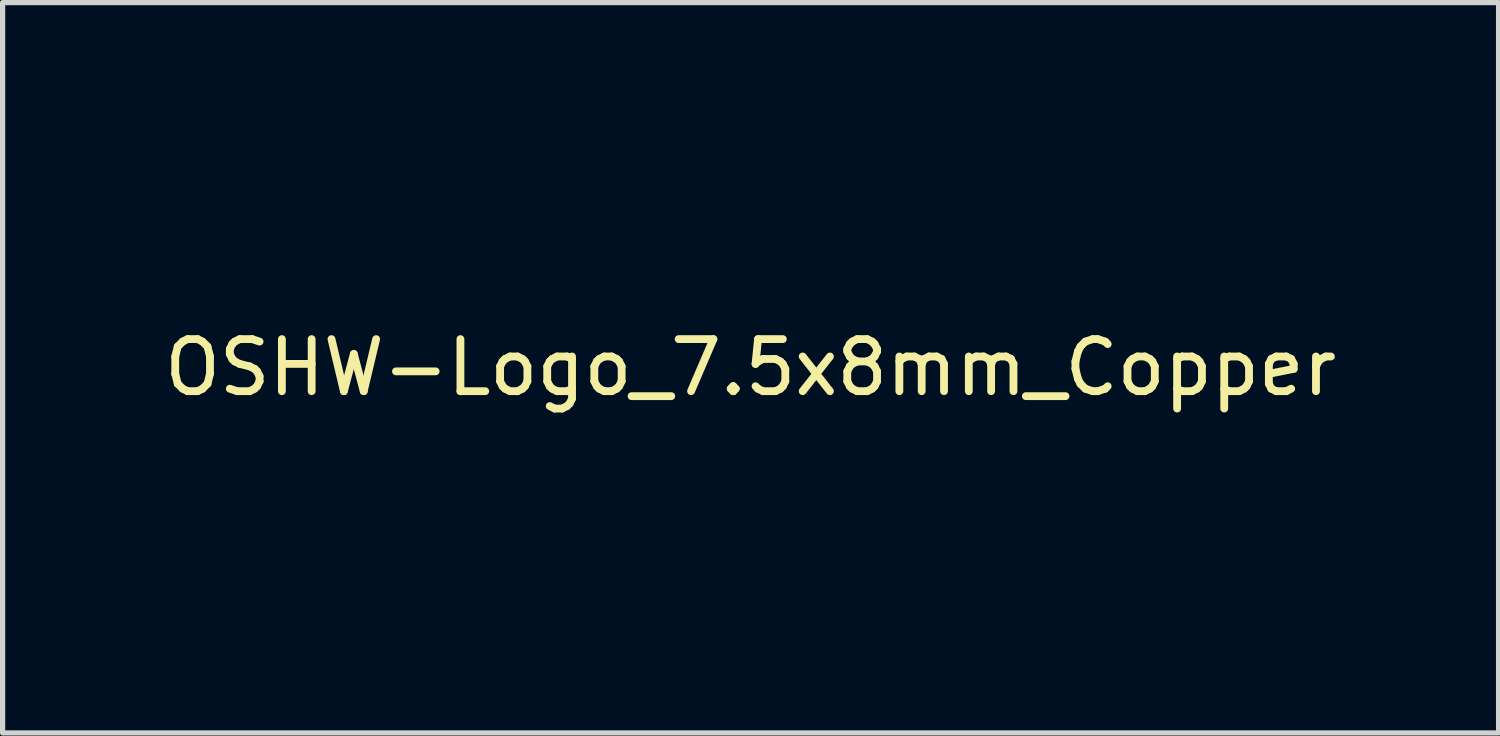
<source format=kicad_pcb>
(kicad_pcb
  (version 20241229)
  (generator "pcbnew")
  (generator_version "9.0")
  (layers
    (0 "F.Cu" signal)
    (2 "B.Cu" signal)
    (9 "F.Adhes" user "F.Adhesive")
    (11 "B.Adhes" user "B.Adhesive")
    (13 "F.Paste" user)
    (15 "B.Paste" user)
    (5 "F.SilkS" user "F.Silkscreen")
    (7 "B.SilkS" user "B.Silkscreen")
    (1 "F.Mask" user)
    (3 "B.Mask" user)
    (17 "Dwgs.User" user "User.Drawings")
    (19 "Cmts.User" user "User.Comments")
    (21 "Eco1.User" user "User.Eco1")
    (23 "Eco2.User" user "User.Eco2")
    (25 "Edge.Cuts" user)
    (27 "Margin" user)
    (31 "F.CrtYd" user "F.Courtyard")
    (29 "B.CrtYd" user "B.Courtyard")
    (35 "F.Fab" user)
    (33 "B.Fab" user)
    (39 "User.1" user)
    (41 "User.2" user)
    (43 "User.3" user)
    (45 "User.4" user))
  (footprint "OSHW-Logo_7.5x8mm_Copper"
    (layer "F.Cu")
    (at 11.363 4.007)
    (property "Reference" "OSHW-Logo_7.5x8mm_Copper" (at 0 0 0) (layer "F.SilkS") (effects (font (size 1 1) (thickness 0.15))))
    (attr exclude_from_pos_files exclude_from_bom)
    (fp_poly (pts (xy 2.391 1.938) (xy 2.449 1.955) (xy 2.486 1.977) (xy 2.498 1.995) (xy 2.495 2.016) (xy 2.473 2.048) (xy 2.455 2.072) (xy 2.417 2.113) (xy 2.389 2.131) (xy 2.365 2.13) (xy 2.294 2.112) (xy 2.241 2.113) (xy 2.199 2.133) (xy 2.185 2.145) (xy 2.139 2.187) (xy 2.139 2.741) (xy 1.955 2.741) (xy 1.955 1.938) (xy 2.047 1.938) (xy 2.102 1.941) (xy 2.131 1.948) (xy 2.139 1.963) (xy 2.139 1.964) (xy 2.143 1.98) (xy 2.16 1.978) (xy 2.185 1.966) (xy 2.235 1.945) (xy 2.276 1.932) (xy 2.329 1.929) (xy 2.391 1.938)) (stroke (width 0.01) (type solid)) (fill yes) (layer "F.Mask"))
    (fp_poly (pts (xy 2.173 3.191) (xy 2.237 3.204) (xy 2.274 3.223) (xy 2.312 3.254) (xy 2.258 3.323) (xy 2.224 3.365) (xy 2.201 3.385) (xy 2.178 3.389) (xy 2.145 3.378) (xy 2.129 3.373) (xy 2.066 3.364) (xy 2.007 3.382) (xy 1.964 3.423) (xy 1.957 3.436) (xy 1.95 3.47) (xy 1.944 3.533) (xy 1.94 3.621) (xy 1.938 3.729) (xy 1.938 3.744) (xy 1.938 4.011) (xy 1.755 4.011) (xy 1.755 3.192) (xy 1.847 3.192) (xy 1.9 3.193) (xy 1.927 3.199) (xy 1.937 3.213) (xy 1.938 3.226) (xy 1.938 3.261) (xy 1.982 3.226) (xy 2.033 3.203) (xy 2.101 3.191) (xy 2.173 3.191)) (stroke (width 0.01) (type solid)) (fill yes) (layer "F.Mask"))
    (fp_poly (pts (xy -1.32 3.193) (xy -1.295 3.201) (xy -1.287 3.217) (xy -1.287 3.225) (xy -1.285 3.246) (xy -1.275 3.249) (xy -1.248 3.235) (xy -1.232 3.225) (xy -1.182 3.204) (xy -1.122 3.194) (xy -1.059 3.193) (xy -0.999 3.201) (xy -0.951 3.216) (xy -0.92 3.237) (xy -0.914 3.264) (xy -0.917 3.272) (xy -0.94 3.302) (xy -0.974 3.339) (xy -0.98 3.345) (xy -1.013 3.373) (xy -1.042 3.382) (xy -1.081 3.376) (xy -1.097 3.371) (xy -1.146 3.361) (xy -1.181 3.366) (xy -1.211 3.382) (xy -1.237 3.403) (xy -1.257 3.43) (xy -1.271 3.467) (xy -1.28 3.52) (xy -1.285 3.593) (xy -1.287 3.693) (xy -1.287 3.753) (xy -1.287 4.011) (xy -1.454 4.011) (xy -1.454 3.192) (xy -1.37 3.192) (xy -1.32 3.193)) (stroke (width 0.01) (type solid)) (fill yes) (layer "F.Mask"))
    (fp_poly (pts (xy 1.32 2.199) (xy 1.322 2.321) (xy 1.327 2.414) (xy 1.339 2.482) (xy 1.358 2.527) (xy 1.385 2.555) (xy 1.423 2.569) (xy 1.471 2.572) (xy 1.52 2.568) (xy 1.557 2.554) (xy 1.584 2.525) (xy 1.603 2.479) (xy 1.614 2.41) (xy 1.62 2.316) (xy 1.621 2.199) (xy 1.621 1.938) (xy 1.805 1.938) (xy 1.805 2.741) (xy 1.713 2.741) (xy 1.657 2.738) (xy 1.629 2.73) (xy 1.621 2.715) (xy 1.616 2.702) (xy 1.597 2.705) (xy 1.559 2.724) (xy 1.47 2.753) (xy 1.377 2.751) (xy 1.287 2.719) (xy 1.244 2.694) (xy 1.212 2.667) (xy 1.188 2.633) (xy 1.171 2.588) (xy 1.161 2.526) (xy 1.156 2.444) (xy 1.153 2.336) (xy 1.153 2.252) (xy 1.153 1.938) (xy 1.32 1.938) (xy 1.32 2.199)) (stroke (width 0.01) (type solid)) (fill yes) (layer "F.Mask"))
    (fp_poly (pts (xy -1.002 1.952) (xy -0.96 1.972) (xy -0.92 2.001) (xy -0.889 2.034) (xy -0.867 2.076) (xy -0.852 2.132) (xy -0.842 2.207) (xy -0.838 2.305) (xy -0.836 2.431) (xy -0.836 2.444) (xy -0.836 2.741) (xy -1.019 2.741) (xy -1.019 2.467) (xy -1.019 2.366) (xy -1.02 2.292) (xy -1.023 2.241) (xy -1.028 2.207) (xy -1.035 2.184) (xy -1.047 2.167) (xy -1.063 2.15) (xy -1.12 2.113) (xy -1.183 2.106) (xy -1.242 2.129) (xy -1.262 2.147) (xy -1.278 2.163) (xy -1.288 2.18) (xy -1.296 2.204) (xy -1.3 2.24) (xy -1.302 2.294) (xy -1.303 2.371) (xy -1.303 2.464) (xy -1.303 2.741) (xy -1.487 2.741) (xy -1.487 1.938) (xy -1.395 1.938) (xy -1.34 1.941) (xy -1.312 1.948) (xy -1.303 1.963) (xy -1.303 1.964) (xy -1.3 1.979) (xy -1.283 1.977) (xy -1.249 1.961) (xy -1.173 1.937) (xy -1.086 1.934) (xy -1.002 1.952)) (stroke (width 0.01) (type solid)) (fill yes) (layer "F.Mask"))
    (fp_poly (pts (xy 2.947 1.945) (xy 3.043 1.987) (xy 3.074 2.007) (xy 3.113 2.037) (xy 3.137 2.062) (xy 3.142 2.069) (xy 3.13 2.087) (xy 3.099 2.117) (xy 3.074 2.137) (xy 3.007 2.191) (xy 2.954 2.147) (xy 2.913 2.118) (xy 2.873 2.108) (xy 2.827 2.11) (xy 2.754 2.128) (xy 2.704 2.166) (xy 2.674 2.227) (xy 2.66 2.314) (xy 2.66 2.314) (xy 2.661 2.412) (xy 2.68 2.484) (xy 2.717 2.533) (xy 2.742 2.549) (xy 2.809 2.57) (xy 2.881 2.57) (xy 2.943 2.55) (xy 2.958 2.54) (xy 2.995 2.515) (xy 3.024 2.511) (xy 3.055 2.53) (xy 3.089 2.563) (xy 3.144 2.619) (xy 3.083 2.669) (xy 2.99 2.726) (xy 2.884 2.753) (xy 2.774 2.751) (xy 2.701 2.733) (xy 2.617 2.687) (xy 2.549 2.616) (xy 2.518 2.565) (xy 2.493 2.492) (xy 2.481 2.401) (xy 2.481 2.301) (xy 2.493 2.205) (xy 2.517 2.125) (xy 2.521 2.117) (xy 2.578 2.036) (xy 2.655 1.978) (xy 2.746 1.942) (xy 2.846 1.931) (xy 2.947 1.945)) (stroke (width 0.01) (type solid)) (fill yes) (layer "F.Mask"))
    (fp_poly (pts (xy 0.812 1.948) (xy 0.896 1.994) (xy 0.962 2.067) (xy 0.993 2.126) (xy 1.007 2.178) (xy 1.016 2.253) (xy 1.019 2.338) (xy 1.018 2.425) (xy 1.011 2.5) (xy 1.003 2.541) (xy 0.975 2.596) (xy 0.928 2.655) (xy 0.871 2.706) (xy 0.815 2.739) (xy 0.814 2.74) (xy 0.744 2.754) (xy 0.661 2.754) (xy 0.582 2.741) (xy 0.552 2.731) (xy 0.473 2.686) (xy 0.417 2.628) (xy 0.38 2.551) (xy 0.36 2.45) (xy 0.355 2.397) (xy 0.356 2.331) (xy 0.535 2.331) (xy 0.541 2.428) (xy 0.558 2.502) (xy 0.586 2.549) (xy 0.605 2.562) (xy 0.656 2.572) (xy 0.716 2.569) (xy 0.767 2.555) (xy 0.781 2.548) (xy 0.817 2.504) (xy 0.84 2.438) (xy 0.851 2.357) (xy 0.846 2.271) (xy 0.835 2.218) (xy 0.803 2.158) (xy 0.753 2.12) (xy 0.693 2.107) (xy 0.631 2.121) (xy 0.584 2.154) (xy 0.559 2.182) (xy 0.544 2.209) (xy 0.537 2.246) (xy 0.535 2.303) (xy 0.535 2.331) (xy 0.356 2.331) (xy 0.356 2.256) (xy 0.379 2.14) (xy 0.424 2.05) (xy 0.49 1.985) (xy 0.579 1.945) (xy 0.597 1.941) (xy 0.711 1.93) (xy 0.812 1.948)) (stroke (width 0.01) (type solid)) (fill yes) (layer "F.Mask"))
    (fp_poly (pts (xy 0.374 3.195) (xy 0.44 3.2) (xy 0.527 3.459) (xy 0.613 3.718) (xy 0.64 3.626) (xy 0.656 3.569) (xy 0.678 3.493) (xy 0.701 3.408) (xy 0.713 3.363) (xy 0.759 3.192) (xy 0.949 3.192) (xy 0.893 3.371) (xy 0.865 3.46) (xy 0.831 3.566) (xy 0.796 3.677) (xy 0.764 3.777) (xy 0.692 4.002) (xy 0.537 4.012) (xy 0.495 3.874) (xy 0.469 3.787) (xy 0.441 3.692) (xy 0.416 3.608) (xy 0.415 3.605) (xy 0.397 3.548) (xy 0.381 3.509) (xy 0.369 3.495) (xy 0.367 3.496) (xy 0.359 3.519) (xy 0.343 3.568) (xy 0.322 3.637) (xy 0.297 3.719) (xy 0.284 3.764) (xy 0.211 4.011) (xy 0.057 4.011) (xy -0.065 3.622) (xy -0.1 3.513) (xy -0.131 3.414) (xy -0.158 3.33) (xy -0.179 3.265) (xy -0.193 3.224) (xy -0.197 3.212) (xy -0.193 3.199) (xy -0.168 3.194) (xy -0.116 3.195) (xy -0.108 3.195) (xy -0.011 3.2) (xy 0.053 3.434) (xy 0.076 3.519) (xy 0.097 3.594) (xy 0.114 3.653) (xy 0.124 3.687) (xy 0.126 3.693) (xy 0.134 3.686) (xy 0.15 3.653) (xy 0.173 3.596) (xy 0.199 3.522) (xy 0.222 3.454) (xy 0.308 3.19) (xy 0.374 3.195)) (stroke (width 0.01) (type solid)) (fill yes) (layer "F.Mask"))
    (fp_poly (pts (xy -3.373 1.947) (xy -3.286 1.986) (xy -3.219 2.05) (xy -3.174 2.141) (xy -3.149 2.257) (xy -3.148 2.276) (xy -3.146 2.404) (xy -3.164 2.516) (xy -3.2 2.608) (xy -3.22 2.637) (xy -3.287 2.699) (xy -3.372 2.739) (xy -3.468 2.756) (xy -3.566 2.748) (xy -3.64 2.721) (xy -3.704 2.677) (xy -3.756 2.62) (xy -3.757 2.618) (xy -3.778 2.583) (xy -3.792 2.547) (xy -3.8 2.502) (xy -3.805 2.438) (xy -3.807 2.385) (xy -3.808 2.338) (xy -3.641 2.338) (xy -3.64 2.385) (xy -3.634 2.448) (xy -3.623 2.488) (xy -3.604 2.517) (xy -3.587 2.534) (xy -3.524 2.569) (xy -3.459 2.574) (xy -3.398 2.548) (xy -3.367 2.52) (xy -3.345 2.492) (xy -3.332 2.464) (xy -3.327 2.429) (xy -3.326 2.376) (xy -3.328 2.327) (xy -3.332 2.256) (xy -3.338 2.211) (xy -3.348 2.181) (xy -3.366 2.159) (xy -3.381 2.146) (xy -3.44 2.112) (xy -3.505 2.11) (xy -3.559 2.13) (xy -3.605 2.172) (xy -3.632 2.241) (xy -3.641 2.338) (xy -3.808 2.338) (xy -3.809 2.281) (xy -3.806 2.203) (xy -3.796 2.145) (xy -3.778 2.099) (xy -3.75 2.058) (xy -3.74 2.046) (xy -3.676 1.985) (xy -3.607 1.95) (xy -3.523 1.935) (xy -3.482 1.934) (xy -3.373 1.947)) (stroke (width 0.01) (type solid)) (fill yes) (layer "F.Mask"))
    (fp_poly (pts (xy -0.267 4.011) (xy -0.359 4.011) (xy -0.413 4.009) (xy -0.44 4.002) (xy -0.45 3.988) (xy -0.451 3.979) (xy -0.453 3.96) (xy -0.464 3.956) (xy -0.491 3.968) (xy -0.513 3.979) (xy -0.597 4.005) (xy -0.687 4.006) (xy -0.761 3.987) (xy -0.83 3.94) (xy -0.882 3.871) (xy -0.911 3.789) (xy -0.912 3.785) (xy -0.916 3.735) (xy -0.918 3.664) (xy -0.918 3.61) (xy -0.735 3.61) (xy -0.731 3.681) (xy -0.721 3.741) (xy -0.708 3.774) (xy -0.659 3.82) (xy -0.601 3.836) (xy -0.54 3.823) (xy -0.489 3.783) (xy -0.469 3.757) (xy -0.458 3.725) (xy -0.453 3.679) (xy -0.451 3.609) (xy -0.454 3.54) (xy -0.46 3.48) (xy -0.469 3.44) (xy -0.47 3.436) (xy -0.506 3.393) (xy -0.558 3.369) (xy -0.616 3.365) (xy -0.67 3.382) (xy -0.71 3.419) (xy -0.714 3.426) (xy -0.727 3.471) (xy -0.734 3.536) (xy -0.735 3.61) (xy -0.918 3.61) (xy -0.918 3.582) (xy -0.917 3.538) (xy -0.908 3.43) (xy -0.891 3.349) (xy -0.863 3.288) (xy -0.821 3.244) (xy -0.78 3.217) (xy -0.723 3.199) (xy -0.653 3.193) (xy -0.58 3.198) (xy -0.518 3.214) (xy -0.485 3.233) (xy -0.451 3.264) (xy -0.451 2.874) (xy -0.267 2.874) (xy -0.267 4.011)) (stroke (width 0.01) (type solid)) (fill yes) (layer "F.Mask"))
    (fp_poly (pts (xy 3.559 1.936) (xy 3.602 1.946) (xy 3.684 1.984) (xy 3.754 2.042) (xy 3.802 2.112) (xy 3.809 2.128) (xy 3.818 2.168) (xy 3.825 2.229) (xy 3.827 2.29) (xy 3.827 2.406) (xy 3.584 2.406) (xy 3.484 2.407) (xy 3.414 2.409) (xy 3.369 2.415) (xy 3.346 2.426) (xy 3.341 2.445) (xy 3.35 2.472) (xy 3.366 2.504) (xy 3.41 2.558) (xy 3.472 2.584) (xy 3.547 2.583) (xy 3.632 2.554) (xy 3.706 2.519) (xy 3.767 2.567) (xy 3.828 2.615) (xy 3.77 2.668) (xy 3.694 2.718) (xy 3.599 2.749) (xy 3.498 2.757) (xy 3.4 2.742) (xy 3.384 2.737) (xy 3.298 2.692) (xy 3.234 2.625) (xy 3.19 2.533) (xy 3.166 2.416) (xy 3.166 2.414) (xy 3.164 2.286) (xy 3.172 2.24) (xy 3.342 2.24) (xy 3.358 2.247) (xy 3.4 2.252) (xy 3.462 2.255) (xy 3.502 2.256) (xy 3.576 2.256) (xy 3.622 2.254) (xy 3.646 2.249) (xy 3.654 2.24) (xy 3.652 2.224) (xy 3.65 2.218) (xy 3.621 2.163) (xy 3.574 2.118) (xy 3.532 2.098) (xy 3.477 2.099) (xy 3.421 2.124) (xy 3.374 2.165) (xy 3.346 2.214) (xy 3.342 2.24) (xy 3.172 2.24) (xy 3.185 2.173) (xy 3.228 2.079) (xy 3.289 2.005) (xy 3.366 1.955) (xy 3.457 1.931) (xy 3.559 1.936)) (stroke (width 0.01) (type solid)) (fill yes) (layer "F.Mask"))
    (fp_poly (pts (xy 0.019 1.936) (xy 0.082 1.948) (xy 0.148 1.973) (xy 0.155 1.976) (xy 0.204 2.002) (xy 0.239 2.026) (xy 0.25 2.042) (xy 0.239 2.067) (xy 0.214 2.105) (xy 0.202 2.119) (xy 0.155 2.174) (xy 0.094 2.138) (xy 0.036 2.114) (xy -0.03 2.101) (xy -0.095 2.101) (xy -0.144 2.113) (xy -0.156 2.12) (xy -0.179 2.154) (xy -0.182 2.194) (xy -0.165 2.225) (xy -0.155 2.231) (xy -0.124 2.238) (xy -0.072 2.247) (xy -0.006 2.255) (xy 0.006 2.257) (xy 0.11 2.275) (xy 0.186 2.306) (xy 0.237 2.352) (xy 0.265 2.416) (xy 0.273 2.495) (xy 0.261 2.585) (xy 0.222 2.655) (xy 0.156 2.707) (xy 0.062 2.739) (xy -0.042 2.752) (xy -0.127 2.752) (xy -0.195 2.74) (xy -0.242 2.724) (xy -0.302 2.696) (xy -0.356 2.664) (xy -0.376 2.65) (xy -0.426 2.609) (xy -0.305 2.486) (xy -0.236 2.532) (xy -0.168 2.566) (xy -0.094 2.584) (xy -0.023 2.586) (xy 0.037 2.572) (xy 0.08 2.543) (xy 0.093 2.518) (xy 0.091 2.479) (xy 0.057 2.449) (xy -0.009 2.428) (xy -0.081 2.418) (xy -0.192 2.4) (xy -0.275 2.365) (xy -0.33 2.313) (xy -0.359 2.243) (xy -0.363 2.16) (xy -0.343 2.073) (xy -0.298 2.007) (xy -0.228 1.962) (xy -0.131 1.938) (xy -0.06 1.933) (xy 0.019 1.936)) (stroke (width 0.01) (type solid)) (fill yes) (layer "F.Mask"))
    (fp_poly (pts (xy 2.701 3.196) (xy 2.781 3.217) (xy 2.848 3.26) (xy 2.88 3.292) (xy 2.933 3.367) (xy 2.964 3.455) (xy 2.974 3.563) (xy 2.974 3.572) (xy 2.974 3.66) (xy 2.47 3.66) (xy 2.48 3.706) (xy 2.5 3.747) (xy 2.534 3.791) (xy 2.541 3.797) (xy 2.602 3.835) (xy 2.672 3.841) (xy 2.752 3.817) (xy 2.766 3.81) (xy 2.807 3.79) (xy 2.835 3.778) (xy 2.84 3.777) (xy 2.857 3.788) (xy 2.89 3.813) (xy 2.906 3.827) (xy 2.94 3.858) (xy 2.951 3.879) (xy 2.944 3.899) (xy 2.94 3.904) (xy 2.911 3.927) (xy 2.865 3.955) (xy 2.832 3.971) (xy 2.74 4) (xy 2.638 4.009) (xy 2.542 3.998) (xy 2.515 3.99) (xy 2.431 3.946) (xy 2.369 3.877) (xy 2.329 3.783) (xy 2.309 3.663) (xy 2.307 3.601) (xy 2.313 3.51) (xy 2.473 3.51) (xy 2.489 3.517) (xy 2.53 3.522) (xy 2.591 3.525) (xy 2.632 3.526) (xy 2.706 3.525) (xy 2.752 3.523) (xy 2.778 3.517) (xy 2.789 3.507) (xy 2.791 3.493) (xy 2.776 3.448) (xy 2.74 3.403) (xy 2.693 3.369) (xy 2.645 3.355) (xy 2.581 3.368) (xy 2.525 3.403) (xy 2.486 3.455) (xy 2.473 3.51) (xy 2.313 3.51) (xy 2.316 3.469) (xy 2.344 3.363) (xy 2.393 3.284) (xy 2.462 3.23) (xy 2.552 3.2) (xy 2.6 3.195) (xy 2.701 3.196)) (stroke (width 0.01) (type solid)) (fill yes) (layer "F.Mask"))
    (fp_poly (pts (xy -1.803 1.957) (xy -1.786 1.965) (xy -1.729 2.007) (xy -1.674 2.069) (xy -1.634 2.137) (xy -1.622 2.168) (xy -1.611 2.223) (xy -1.605 2.291) (xy -1.604 2.319) (xy -1.604 2.406) (xy -2.109 2.406) (xy -2.098 2.452) (xy -2.072 2.507) (xy -2.026 2.554) (xy -1.971 2.584) (xy -1.936 2.59) (xy -1.888 2.583) (xy -1.832 2.563) (xy -1.812 2.555) (xy -1.741 2.519) (xy -1.68 2.565) (xy -1.645 2.597) (xy -1.627 2.623) (xy -1.626 2.63) (xy -1.643 2.649) (xy -1.679 2.677) (xy -1.712 2.698) (xy -1.802 2.738) (xy -1.902 2.755) (xy -2.001 2.751) (xy -2.08 2.727) (xy -2.162 2.675) (xy -2.22 2.607) (xy -2.256 2.519) (xy -2.273 2.407) (xy -2.274 2.356) (xy -2.269 2.239) (xy -2.268 2.236) (xy -2.101 2.236) (xy -2.096 2.247) (xy -2.077 2.253) (xy -2.038 2.255) (xy -1.973 2.256) (xy -1.948 2.256) (xy -1.872 2.255) (xy -1.824 2.252) (xy -1.798 2.245) (xy -1.788 2.235) (xy -1.788 2.231) (xy -1.799 2.204) (xy -1.825 2.166) (xy -1.836 2.153) (xy -1.878 2.115) (xy -1.922 2.1) (xy -1.945 2.099) (xy -2.009 2.114) (xy -2.062 2.156) (xy -2.096 2.216) (xy -2.097 2.218) (xy -2.101 2.236) (xy -2.268 2.236) (xy -2.249 2.147) (xy -2.214 2.073) (xy -2.171 2.021) (xy -2.092 1.964) (xy -1.999 1.934) (xy -1.9 1.931) (xy -1.803 1.957)) (stroke (width 0.01) (type solid)) (fill yes) (layer "F.Mask"))
    (fp_poly (pts (xy 1.38 3.197) (xy 1.45 3.214) (xy 1.471 3.223) (xy 1.51 3.247) (xy 1.541 3.273) (xy 1.563 3.308) (xy 1.579 3.354) (xy 1.589 3.418) (xy 1.596 3.503) (xy 1.6 3.614) (xy 1.601 3.689) (xy 1.607 4.011) (xy 1.514 4.011) (xy 1.457 4.008) (xy 1.428 4) (xy 1.42 3.986) (xy 1.416 3.972) (xy 1.399 3.975) (xy 1.374 3.986) (xy 1.314 4.004) (xy 1.236 4.009) (xy 1.154 4.001) (xy 1.081 3.981) (xy 1.075 3.978) (xy 1.008 3.931) (xy 0.964 3.866) (xy 0.944 3.791) (xy 0.946 3.763) (xy 1.11 3.763) (xy 1.125 3.8) (xy 1.168 3.826) (xy 1.237 3.84) (xy 1.274 3.842) (xy 1.336 3.837) (xy 1.377 3.819) (xy 1.387 3.81) (xy 1.414 3.762) (xy 1.42 3.718) (xy 1.42 3.66) (xy 1.339 3.66) (xy 1.244 3.664) (xy 1.178 3.68) (xy 1.136 3.706) (xy 1.126 3.718) (xy 1.11 3.763) (xy 0.946 3.763) (xy 0.949 3.711) (xy 0.979 3.635) (xy 1.02 3.584) (xy 1.045 3.561) (xy 1.069 3.547) (xy 1.101 3.538) (xy 1.148 3.533) (xy 1.218 3.53) (xy 1.246 3.529) (xy 1.42 3.523) (xy 1.42 3.47) (xy 1.413 3.415) (xy 1.389 3.381) (xy 1.34 3.36) (xy 1.338 3.359) (xy 1.268 3.351) (xy 1.2 3.362) (xy 1.149 3.389) (xy 1.129 3.402) (xy 1.107 3.4) (xy 1.073 3.381) (xy 1.053 3.367) (xy 1.014 3.338) (xy 0.99 3.317) (xy 0.986 3.311) (xy 1.002 3.279) (xy 1.049 3.24) (xy 1.069 3.227) (xy 1.128 3.205) (xy 1.207 3.192) (xy 1.295 3.19) (xy 1.38 3.197)) (stroke (width 0.01) (type solid)) (fill yes) (layer "F.Mask"))
    (fp_poly (pts (xy -1.84 3.198) (xy -1.761 3.219) (xy -1.701 3.257) (xy -1.659 3.307) (xy -1.646 3.328) (xy -1.636 3.35) (xy -1.629 3.379) (xy -1.625 3.419) (xy -1.622 3.475) (xy -1.621 3.554) (xy -1.621 3.659) (xy -1.621 3.687) (xy -1.621 4.011) (xy -1.701 4.011) (xy -1.752 4.007) (xy -1.79 3.998) (xy -1.8 3.992) (xy -1.826 3.983) (xy -1.852 3.992) (xy -1.896 4.004) (xy -1.959 4.009) (xy -2.029 4.007) (xy -2.093 3.998) (xy -2.131 3.987) (xy -2.203 3.94) (xy -2.248 3.876) (xy -2.269 3.79) (xy -2.269 3.788) (xy -2.267 3.75) (xy -2.106 3.75) (xy -2.091 3.793) (xy -2.068 3.817) (xy -2.022 3.836) (xy -1.961 3.843) (xy -1.899 3.84) (xy -1.849 3.825) (xy -1.835 3.816) (xy -1.811 3.773) (xy -1.805 3.724) (xy -1.805 3.66) (xy -1.897 3.66) (xy -1.985 3.666) (xy -2.052 3.686) (xy -2.093 3.715) (xy -2.106 3.75) (xy -2.267 3.75) (xy -2.265 3.694) (xy -2.234 3.62) (xy -2.175 3.564) (xy -2.167 3.559) (xy -2.133 3.542) (xy -2.09 3.532) (xy -2.03 3.527) (xy -1.959 3.526) (xy -1.805 3.526) (xy -1.805 3.461) (xy -1.811 3.411) (xy -1.828 3.377) (xy -1.83 3.375) (xy -1.867 3.361) (xy -1.923 3.355) (xy -1.986 3.358) (xy -2.04 3.369) (xy -2.073 3.385) (xy -2.091 3.398) (xy -2.109 3.4) (xy -2.135 3.39) (xy -2.174 3.363) (xy -2.232 3.318) (xy -2.238 3.314) (xy -2.235 3.299) (xy -2.212 3.273) (xy -2.177 3.244) (xy -2.139 3.22) (xy -2.127 3.214) (xy -2.083 3.203) (xy -2.019 3.195) (xy -1.947 3.192) (xy -1.943 3.192) (xy -1.84 3.198)) (stroke (width 0.01) (type solid)) (fill yes) (layer "F.Mask"))
    (fp_poly (pts (xy -2.537 1.952) (xy -2.501 1.97) (xy -2.458 2) (xy -2.426 2.033) (xy -2.405 2.075) (xy -2.391 2.131) (xy -2.384 2.206) (xy -2.381 2.307) (xy -2.381 2.351) (xy -2.382 2.446) (xy -2.384 2.514) (xy -2.387 2.561) (xy -2.394 2.594) (xy -2.405 2.618) (xy -2.416 2.634) (xy -2.485 2.703) (xy -2.567 2.745) (xy -2.656 2.757) (xy -2.745 2.739) (xy -2.773 2.726) (xy -2.841 2.691) (xy -2.841 3.243) (xy -2.791 3.217) (xy -2.727 3.197) (xy -2.647 3.192) (xy -2.567 3.202) (xy -2.507 3.223) (xy -2.457 3.263) (xy -2.414 3.32) (xy -2.411 3.326) (xy -2.397 3.353) (xy -2.387 3.381) (xy -2.381 3.415) (xy -2.376 3.46) (xy -2.374 3.523) (xy -2.373 3.608) (xy -2.373 3.704) (xy -2.373 4.011) (xy -2.557 4.011) (xy -2.557 3.445) (xy -2.608 3.402) (xy -2.662 3.367) (xy -2.712 3.361) (xy -2.763 3.377) (xy -2.79 3.393) (xy -2.81 3.416) (xy -2.825 3.45) (xy -2.834 3.5) (xy -2.84 3.572) (xy -2.844 3.67) (xy -2.845 3.735) (xy -2.849 4.002) (xy -2.937 4.007) (xy -3.025 4.012) (xy -3.025 2.353) (xy -2.841 2.353) (xy -2.836 2.446) (xy -2.82 2.51) (xy -2.791 2.55) (xy -2.745 2.569) (xy -2.699 2.573) (xy -2.646 2.569) (xy -2.612 2.551) (xy -2.59 2.528) (xy -2.573 2.502) (xy -2.563 2.474) (xy -2.558 2.434) (xy -2.558 2.375) (xy -2.559 2.325) (xy -2.563 2.251) (xy -2.568 2.202) (xy -2.577 2.17) (xy -2.591 2.15) (xy -2.605 2.137) (xy -2.661 2.111) (xy -2.727 2.107) (xy -2.765 2.116) (xy -2.803 2.148) (xy -2.827 2.211) (xy -2.84 2.304) (xy -2.841 2.353) (xy -3.025 2.353) (xy -3.025 1.938) (xy -2.933 1.938) (xy -2.878 1.941) (xy -2.849 1.948) (xy -2.841 1.963) (xy -2.841 1.964) (xy -2.837 1.979) (xy -2.82 1.977) (xy -2.786 1.961) (xy -2.708 1.936) (xy -2.62 1.933) (xy -2.537 1.952)) (stroke (width 0.01) (type solid)) (fill yes) (layer "F.Mask"))
    (fp_poly (pts (xy 0.501 -3.601) (xy 0.577 -3.201) (xy 1.134 -2.971) (xy 1.468 -3.198) (xy 1.562 -3.262) (xy 1.647 -3.318) (xy 1.718 -3.365) (xy 1.773 -3.4) (xy 1.807 -3.421) (xy 1.817 -3.426) (xy 1.833 -3.414) (xy 1.869 -3.382) (xy 1.919 -3.335) (xy 1.981 -3.274) (xy 2.049 -3.206) (xy 2.121 -3.134) (xy 2.191 -3.062) (xy 2.257 -2.994) (xy 2.313 -2.934) (xy 2.357 -2.886) (xy 2.383 -2.854) (xy 2.39 -2.844) (xy 2.38 -2.824) (xy 2.355 -2.781) (xy 2.316 -2.72) (xy 2.265 -2.643) (xy 2.206 -2.556) (xy 2.172 -2.506) (xy 2.11 -2.415) (xy 2.055 -2.333) (xy 2.01 -2.264) (xy 1.976 -2.212) (xy 1.958 -2.181) (xy 1.955 -2.174) (xy 1.961 -2.156) (xy 1.978 -2.113) (xy 2.004 -2.051) (xy 2.035 -1.977) (xy 2.069 -1.897) (xy 2.103 -1.816) (xy 2.136 -1.741) (xy 2.163 -1.677) (xy 2.184 -1.632) (xy 2.195 -1.61) (xy 2.195 -1.609) (xy 2.212 -1.605) (xy 2.257 -1.596) (xy 2.326 -1.582) (xy 2.414 -1.565) (xy 2.515 -1.546) (xy 2.575 -1.535) (xy 2.683 -1.514) (xy 2.781 -1.495) (xy 2.864 -1.477) (xy 2.926 -1.463) (xy 2.963 -1.453) (xy 2.97 -1.449) (xy 2.978 -1.427) (xy 2.983 -1.378) (xy 2.988 -1.307) (xy 2.991 -1.219) (xy 2.993 -1.122) (xy 2.993 -1.02) (xy 2.992 -0.919) (xy 2.989 -0.825) (xy 2.985 -0.745) (xy 2.98 -0.683) (xy 2.974 -0.646) (xy 2.97 -0.638) (xy 2.946 -0.629) (xy 2.896 -0.615) (xy 2.827 -0.6) (xy 2.744 -0.583) (xy 2.715 -0.578) (xy 2.576 -0.552) (xy 2.465 -0.532) (xy 2.381 -0.515) (xy 2.319 -0.502) (xy 2.274 -0.492) (xy 2.245 -0.483) (xy 2.227 -0.475) (xy 2.216 -0.467) (xy 2.214 -0.465) (xy 2.199 -0.44) (xy 2.176 -0.391) (xy 2.148 -0.324) (xy 2.116 -0.246) (xy 2.083 -0.161) (xy 2.051 -0.077) (xy 2.023 0.001) (xy 2 0.067) (xy 1.986 0.114) (xy 1.982 0.138) (xy 1.983 0.139) (xy 1.995 0.158) (xy 2.024 0.2) (xy 2.065 0.262) (xy 2.117 0.337) (xy 2.175 0.422) (xy 2.192 0.446) (xy 2.251 0.534) (xy 2.303 0.614) (xy 2.346 0.682) (xy 2.375 0.733) (xy 2.389 0.762) (xy 2.39 0.766) (xy 2.378 0.785) (xy 2.346 0.823) (xy 2.298 0.875) (xy 2.237 0.938) (xy 2.169 1.007) (xy 2.096 1.079) (xy 2.024 1.149) (xy 1.956 1.214) (xy 1.896 1.269) (xy 1.849 1.31) (xy 1.818 1.333) (xy 1.809 1.337) (xy 1.79 1.328) (xy 1.749 1.304) (xy 1.695 1.268) (xy 1.653 1.24) (xy 1.577 1.187) (xy 1.487 1.126) (xy 1.397 1.064) (xy 1.348 1.031) (xy 1.184 0.92) (xy 1.046 0.995) (xy 0.983 1.028) (xy 0.93 1.053) (xy 0.893 1.067) (xy 0.884 1.069) (xy 0.873 1.055) (xy 0.851 1.013) (xy 0.82 0.947) (xy 0.782 0.863) (xy 0.738 0.762) (xy 0.689 0.65) (xy 0.638 0.531) (xy 0.586 0.407) (xy 0.534 0.283) (xy 0.485 0.164) (xy 0.439 0.052) (xy 0.4 -0.049) (xy 0.367 -0.134) (xy 0.343 -0.199) (xy 0.33 -0.241) (xy 0.327 -0.256) (xy 0.345 -0.274) (xy 0.382 -0.304) (xy 0.432 -0.34) (xy 0.437 -0.343) (xy 0.566 -0.446) (xy 0.671 -0.567) (xy 0.749 -0.702) (xy 0.801 -0.846) (xy 0.825 -0.996) (xy 0.82 -1.147) (xy 0.785 -1.297) (xy 0.72 -1.441) (xy 0.701 -1.472) (xy 0.601 -1.599) (xy 0.483 -1.701) (xy 0.352 -1.777) (xy 0.21 -1.827) (xy 0.062 -1.851) (xy -0.087 -1.848) (xy -0.234 -1.817) (xy -0.375 -1.758) (xy -0.505 -1.67) (xy -0.545 -1.634) (xy -0.648 -1.522) (xy -0.723 -1.405) (xy -0.774 -1.273) (xy -0.802 -1.142) (xy -0.809 -0.996) (xy -0.786 -0.848) (xy -0.734 -0.705) (xy -0.657 -0.571) (xy -0.556 -0.452) (xy -0.434 -0.351) (xy -0.418 -0.34) (xy -0.368 -0.306) (xy -0.329 -0.276) (xy -0.311 -0.256) (xy -0.31 -0.256) (xy -0.314 -0.235) (xy -0.33 -0.188) (xy -0.356 -0.118) (xy -0.39 -0.03) (xy -0.431 0.073) (xy -0.477 0.187) (xy -0.527 0.307) (xy -0.579 0.431) (xy -0.631 0.554) (xy -0.682 0.673) (xy -0.73 0.783) (xy -0.773 0.88) (xy -0.81 0.962) (xy -0.84 1.023) (xy -0.86 1.06) (xy -0.868 1.069) (xy -0.892 1.062) (xy -0.938 1.042) (xy -0.997 1.012) (xy -1.029 0.995) (xy -1.167 0.92) (xy -1.331 1.031) (xy -1.415 1.088) (xy -1.507 1.151) (xy -1.593 1.21) (xy -1.636 1.24) (xy -1.697 1.28) (xy -1.748 1.313) (xy -1.783 1.332) (xy -1.795 1.337) (xy -1.812 1.325) (xy -1.849 1.294) (xy -1.902 1.246) (xy -1.969 1.184) (xy -2.045 1.111) (xy -2.093 1.065) (xy -2.178 0.982) (xy -2.251 0.908) (xy -2.309 0.846) (xy -2.351 0.799) (xy -2.371 0.77) (xy -2.373 0.764) (xy -2.364 0.742) (xy -2.338 0.696) (xy -2.299 0.633) (xy -2.249 0.556) (xy -2.192 0.47) (xy -2.175 0.446) (xy -2.115 0.359) (xy -2.062 0.281) (xy -2.017 0.215) (xy -1.985 0.167) (xy -1.968 0.142) (xy -1.966 0.139) (xy -1.968 0.118) (xy -1.982 0.073) (xy -2.003 0.008) (xy -2.031 -0.069) (xy -2.062 -0.152) (xy -2.095 -0.237) (xy -2.128 -0.317) (xy -2.157 -0.385) (xy -2.181 -0.436) (xy -2.197 -0.464) (xy -2.198 -0.465) (xy -2.208 -0.473) (xy -2.224 -0.481) (xy -2.251 -0.49) (xy -2.292 -0.5) (xy -2.351 -0.512) (xy -2.431 -0.528) (xy -2.536 -0.548) (xy -2.669 -0.572) (xy -2.698 -0.578) (xy -2.784 -0.594) (xy -2.859 -0.61) (xy -2.916 -0.625) (xy -2.949 -0.635) (xy -2.953 -0.638) (xy -2.96 -0.66) (xy -2.966 -0.71) (xy -2.971 -0.782) (xy -2.974 -0.869) (xy -2.976 -0.967) (xy -2.976 -1.069) (xy -2.975 -1.169) (xy -2.973 -1.263) (xy -2.969 -1.343) (xy -2.964 -1.405) (xy -2.958 -1.442) (xy -2.954 -1.449) (xy -2.932 -1.457) (xy -2.882 -1.469) (xy -2.809 -1.485) (xy -2.718 -1.504) (xy -2.614 -1.525) (xy -2.558 -1.535) (xy -2.45 -1.555) (xy -2.355 -1.573) (xy -2.275 -1.589) (xy -2.217 -1.6) (xy -2.184 -1.608) (xy -2.179 -1.609) (xy -2.17 -1.627) (xy -2.15 -1.669) (xy -2.123 -1.73) (xy -2.091 -1.804) (xy -2.057 -1.885) (xy -2.023 -1.966) (xy -1.991 -2.041) (xy -1.965 -2.105) (xy -1.947 -2.151) (xy -1.939 -2.174) (xy -1.938 -2.175) (xy -1.948 -2.193) (xy -1.973 -2.234) (xy -2.012 -2.295) (xy -2.063 -2.37) (xy -2.122 -2.457) (xy -2.156 -2.507) (xy -2.218 -2.598) (xy -2.273 -2.681) (xy -2.319 -2.751) (xy -2.352 -2.804) (xy -2.37 -2.837) (xy -2.373 -2.844) (xy -2.362 -2.861) (xy -2.33 -2.897) (xy -2.283 -2.948) (xy -2.224 -3.011) (xy -2.157 -3.08) (xy -2.086 -3.153) (xy -2.014 -3.224) (xy -1.947 -3.291) (xy -1.888 -3.348) (xy -1.841 -3.392) (xy -1.81 -3.419) (xy -1.799 -3.426) (xy -1.782 -3.417) (xy -1.742 -3.391) (xy -1.682 -3.352) (xy -1.606 -3.302) (xy -1.518 -3.243) (xy -1.452 -3.198) (xy -1.117 -2.971) (xy -0.839 -3.086) (xy -0.56 -3.201) (xy -0.484 -3.601) (xy -0.409 -4.002) (xy 0.425 -4.002) (xy 0.501 -3.601)) (stroke (width 0.01) (type solid)) (fill yes) (layer "F.Mask")))
  (gr_rect
    (start -3 -3)
    (end 25.726 11.024)
    (stroke (width 0.1) (type default))
    (fill no)
    (layer "Edge.Cuts")))
</source>
